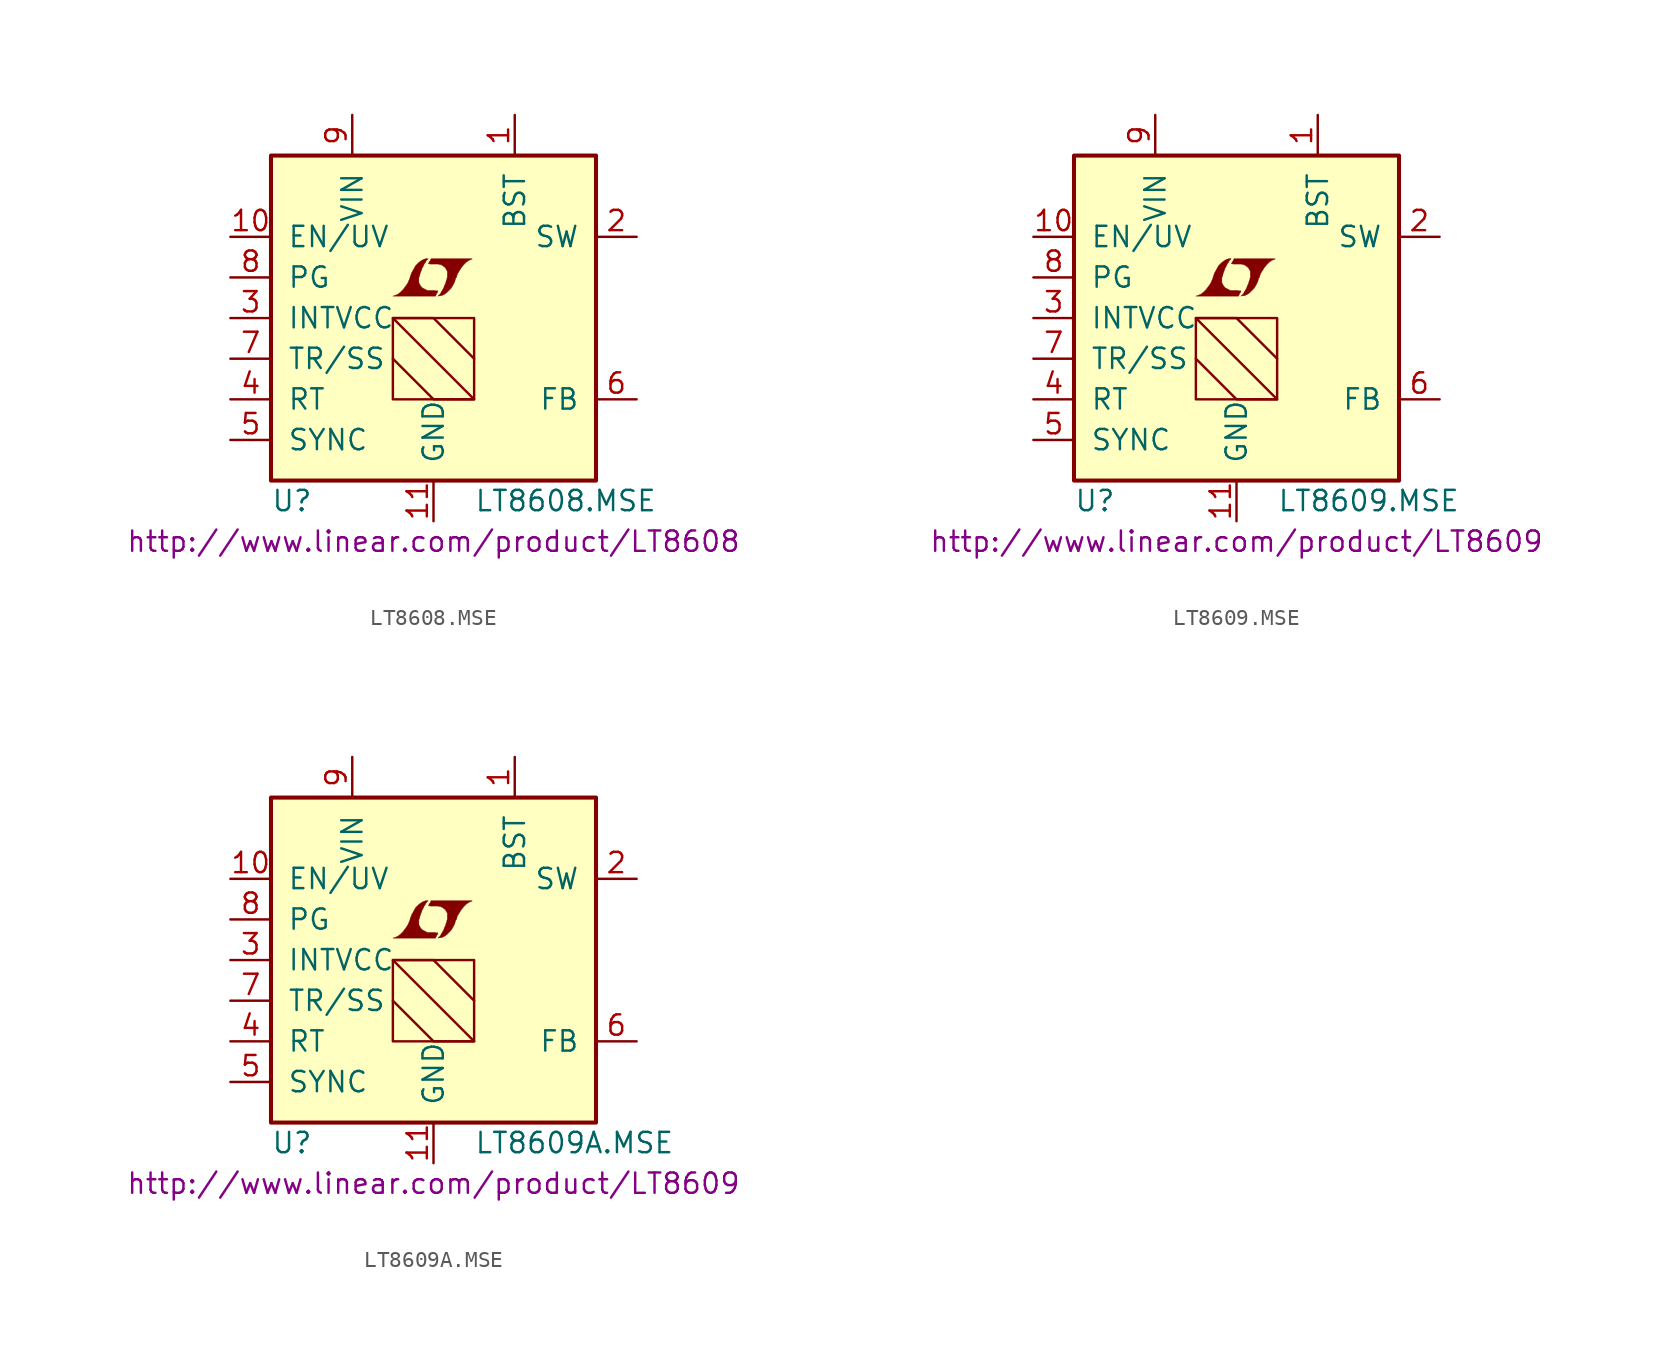
<source format=kicad_sym>
(kicad_symbol_lib
  (version 20201005)
  (generator kicad_symbol_editor)
  (symbol "LT8608.MSE"
    (pin_names
      (offset 1.016))
    (property "Reference" "U"
      (at -10.16 -11.43 0)
      (effects (font (size 1.27 1.27)) (justify left)))
    (property "Value" "LT8608.MSE"
      (at 2.54 -11.43 0)
      (effects (font (size 1.27 1.27)) (justify left)))
    (property "Datasheet" "http://www.linear.com/product/LT8608"
      (at 0 -13.97 0)
      (effects (font (size 1.27 1.27))))
    (symbol "LT8608.MSE_0_0"
      (polyline (pts (xy 0.203 1.549) (xy 0.229 1.575) (xy 0.279 1.676) (xy 0.279 1.702) (xy 0.152 1.702) (xy 0.051 1.727) (xy -0.406 1.727) (xy -0.432 1.753) (xy -0.686 1.88) (xy -0.787 1.981) (xy -0.864 2.108) (xy -0.914 2.21) (xy -0.914 2.515) (xy -0.864 2.667) (xy -0.838 2.769) (xy -0.813 2.845) (xy -0.762 2.972) (xy -0.711 3.124) (xy -0.635 3.251) (xy -0.584 3.378) (xy -0.508 3.48) (xy -0.457 3.581) (xy -0.33 3.708) (xy -0.508 3.708) (xy -0.635 3.658) (xy -0.737 3.607) (xy -0.813 3.556) (xy -0.94 3.454) (xy -1.118 3.277) (xy -1.372 2.819) (xy -1.473 2.54) (xy -1.473 2.489) (xy -1.524 2.388) (xy -1.575 2.261) (xy -1.626 2.159) (xy -1.753 1.981) (xy -1.905 1.778) (xy -2.057 1.626) (xy -2.21 1.499) (xy -2.388 1.422) (xy -2.54 1.372) (xy 0.127 1.372) (xy 0.203 1.549)) (stroke (width 0.025)) (fill (type outline)))
      (polyline (pts (xy 0.406 1.397) (xy 0.483 1.397) (xy 0.66 1.473) (xy 0.813 1.575) (xy 1.092 1.854) (xy 1.219 2.057) (xy 1.321 2.261) (xy 1.397 2.515) (xy 1.422 2.515) (xy 1.499 2.769) (xy 1.753 3.175) (xy 1.905 3.353) (xy 2.057 3.505) (xy 2.21 3.607) (xy 2.388 3.683) (xy 2.413 3.683) (xy 2.413 3.708) (xy -0.152 3.708) (xy -0.229 3.556) (xy -0.254 3.531) (xy -0.305 3.429) (xy -0.33 3.404) (xy -0.279 3.404) (xy -0.229 3.378) (xy 0.305 3.378) (xy 0.356 3.353) (xy 0.406 3.353) (xy 0.483 3.327) (xy 0.61 3.251) (xy 0.737 3.15) (xy 0.813 3.023) (xy 0.838 2.972) (xy 0.864 2.946) (xy 0.864 2.54) (xy 0.838 2.489) (xy 0.838 2.413) (xy 0.787 2.311) (xy 0.762 2.184) (xy 0.686 2.032) (xy 0.635 1.88) (xy 0.483 1.626) (xy 0.432 1.524) (xy 0.279 1.372) (xy 0.406 1.397)) (stroke (width 0.025)) (fill (type outline))))
    (symbol "LT8608.MSE_0_1"
      (rectangle (start -10.16 10.16) (end 10.16 -10.16) (stroke (width 0.254)) (fill (type background)))
      (rectangle (start -2.54 0) (end 2.54 -5.08) (stroke (width 0)) (fill (type none)))
      (polyline (pts (xy -2.54 -2.54) (xy 0 -5.08) (xy 2.54 -5.08) (xy -2.54 0) (xy 0 0) (xy 2.54 -2.54)) (stroke (width 0)) (fill (type none))))
    (symbol "LT8608.MSE_1_1"
      (pin passive line (at 5.08 12.7 270) (length 2.54) (name "BST" (effects (font (size 1.27 1.27)))) (number "1" (effects (font (size 1.27 1.27)))))
      (pin input line (at -12.7 5.08 0) (length 2.54) (name "EN/UV" (effects (font (size 1.27 1.27)))) (number "10" (effects (font (size 1.27 1.27)))))
      (pin power_in line (at 0 -12.7 90) (length 2.54) (name "GND" (effects (font (size 1.27 1.27)))) (number "11" (effects (font (size 1.27 1.27)))))
      (pin power_in line (at 12.7 5.08 180) (length 2.54) (name "SW" (effects (font (size 1.27 1.27)))) (number "2" (effects (font (size 1.27 1.27)))))
      (pin passive line (at -12.7 0 0) (length 2.54) (name "INTVCC" (effects (font (size 1.27 1.27)))) (number "3" (effects (font (size 1.27 1.27)))))
      (pin passive line (at -12.7 -5.08 0) (length 2.54) (name "RT" (effects (font (size 1.27 1.27)))) (number "4" (effects (font (size 1.27 1.27)))))
      (pin input line (at -12.7 -7.62 0) (length 2.54) (name "SYNC" (effects (font (size 1.27 1.27)))) (number "5" (effects (font (size 1.27 1.27)))))
      (pin input line (at 12.7 -5.08 180) (length 2.54) (name "FB" (effects (font (size 1.27 1.27)))) (number "6" (effects (font (size 1.27 1.27)))))
      (pin passive line (at -12.7 -2.54 0) (length 2.54) (name "TR/SS" (effects (font (size 1.27 1.27)))) (number "7" (effects (font (size 1.27 1.27)))))
      (pin open_collector line (at -12.7 2.54 0) (length 2.54) (name "PG" (effects (font (size 1.27 1.27)))) (number "8" (effects (font (size 1.27 1.27)))))
      (pin power_in line (at -5.08 12.7 270) (length 2.54) (name "VIN" (effects (font (size 1.27 1.27)))) (number "9" (effects (font (size 1.27 1.27)))))))
  (symbol "LT8609.MSE"
    (pin_names
      (offset 1.016))
    (property "Reference" "U"
      (at -10.16 -11.43 0)
      (effects (font (size 1.27 1.27)) (justify left)))
    (property "Value" "LT8609.MSE"
      (at 2.54 -11.43 0)
      (effects (font (size 1.27 1.27)) (justify left)))
    (property "Datasheet" "http://www.linear.com/product/LT8609"
      (at 0 -13.97 0)
      (effects (font (size 1.27 1.27))))
    (symbol "LT8609.MSE_0_0"
      (polyline (pts (xy 0.203 1.549) (xy 0.229 1.575) (xy 0.279 1.676) (xy 0.279 1.702) (xy 0.152 1.702) (xy 0.051 1.727) (xy -0.406 1.727) (xy -0.432 1.753) (xy -0.686 1.88) (xy -0.787 1.981) (xy -0.864 2.108) (xy -0.914 2.21) (xy -0.914 2.515) (xy -0.864 2.667) (xy -0.838 2.769) (xy -0.813 2.845) (xy -0.762 2.972) (xy -0.711 3.124) (xy -0.635 3.251) (xy -0.584 3.378) (xy -0.508 3.48) (xy -0.457 3.581) (xy -0.33 3.708) (xy -0.508 3.708) (xy -0.635 3.658) (xy -0.737 3.607) (xy -0.813 3.556) (xy -0.94 3.454) (xy -1.118 3.277) (xy -1.372 2.819) (xy -1.473 2.54) (xy -1.473 2.489) (xy -1.524 2.388) (xy -1.575 2.261) (xy -1.626 2.159) (xy -1.753 1.981) (xy -1.905 1.778) (xy -2.057 1.626) (xy -2.21 1.499) (xy -2.388 1.422) (xy -2.54 1.372) (xy 0.127 1.372) (xy 0.203 1.549)) (stroke (width 0.025)) (fill (type outline)))
      (polyline (pts (xy 0.406 1.397) (xy 0.483 1.397) (xy 0.66 1.473) (xy 0.813 1.575) (xy 1.092 1.854) (xy 1.219 2.057) (xy 1.321 2.261) (xy 1.397 2.515) (xy 1.422 2.515) (xy 1.499 2.769) (xy 1.753 3.175) (xy 1.905 3.353) (xy 2.057 3.505) (xy 2.21 3.607) (xy 2.388 3.683) (xy 2.413 3.683) (xy 2.413 3.708) (xy -0.152 3.708) (xy -0.229 3.556) (xy -0.254 3.531) (xy -0.305 3.429) (xy -0.33 3.404) (xy -0.279 3.404) (xy -0.229 3.378) (xy 0.305 3.378) (xy 0.356 3.353) (xy 0.406 3.353) (xy 0.483 3.327) (xy 0.61 3.251) (xy 0.737 3.15) (xy 0.813 3.023) (xy 0.838 2.972) (xy 0.864 2.946) (xy 0.864 2.54) (xy 0.838 2.489) (xy 0.838 2.413) (xy 0.787 2.311) (xy 0.762 2.184) (xy 0.686 2.032) (xy 0.635 1.88) (xy 0.483 1.626) (xy 0.432 1.524) (xy 0.279 1.372) (xy 0.406 1.397)) (stroke (width 0.025)) (fill (type outline))))
    (symbol "LT8609.MSE_0_1"
      (rectangle (start -10.16 10.16) (end 10.16 -10.16) (stroke (width 0.254)) (fill (type background)))
      (rectangle (start -2.54 0) (end 2.54 -5.08) (stroke (width 0)) (fill (type none)))
      (polyline (pts (xy -2.54 -2.54) (xy 0 -5.08) (xy 2.54 -5.08) (xy -2.54 0) (xy 0 0) (xy 2.54 -2.54)) (stroke (width 0)) (fill (type none))))
    (symbol "LT8609.MSE_1_1"
      (pin passive line (at 5.08 12.7 270) (length 2.54) (name "BST" (effects (font (size 1.27 1.27)))) (number "1" (effects (font (size 1.27 1.27)))))
      (pin input line (at -12.7 5.08 0) (length 2.54) (name "EN/UV" (effects (font (size 1.27 1.27)))) (number "10" (effects (font (size 1.27 1.27)))))
      (pin power_in line (at 0 -12.7 90) (length 2.54) (name "GND" (effects (font (size 1.27 1.27)))) (number "11" (effects (font (size 1.27 1.27)))))
      (pin power_out line (at 12.7 5.08 180) (length 2.54) (name "SW" (effects (font (size 1.27 1.27)))) (number "2" (effects (font (size 1.27 1.27)))))
      (pin passive line (at -12.7 0 0) (length 2.54) (name "INTVCC" (effects (font (size 1.27 1.27)))) (number "3" (effects (font (size 1.27 1.27)))))
      (pin passive line (at -12.7 -5.08 0) (length 2.54) (name "RT" (effects (font (size 1.27 1.27)))) (number "4" (effects (font (size 1.27 1.27)))))
      (pin input line (at -12.7 -7.62 0) (length 2.54) (name "SYNC" (effects (font (size 1.27 1.27)))) (number "5" (effects (font (size 1.27 1.27)))))
      (pin input line (at 12.7 -5.08 180) (length 2.54) (name "FB" (effects (font (size 1.27 1.27)))) (number "6" (effects (font (size 1.27 1.27)))))
      (pin passive line (at -12.7 -2.54 0) (length 2.54) (name "TR/SS" (effects (font (size 1.27 1.27)))) (number "7" (effects (font (size 1.27 1.27)))))
      (pin open_collector line (at -12.7 2.54 0) (length 2.54) (name "PG" (effects (font (size 1.27 1.27)))) (number "8" (effects (font (size 1.27 1.27)))))
      (pin power_in line (at -5.08 12.7 270) (length 2.54) (name "VIN" (effects (font (size 1.27 1.27)))) (number "9" (effects (font (size 1.27 1.27)))))))
  (symbol "LT8609A.MSE"
    (pin_names
      (offset 1.016))
    (property "Reference" "U"
      (at -10.16 -11.43 0)
      (effects (font (size 1.27 1.27)) (justify left)))
    (property "Value" "LT8609A.MSE"
      (at 2.54 -11.43 0)
      (effects (font (size 1.27 1.27)) (justify left)))
    (property "Datasheet" "http://www.linear.com/product/LT8609"
      (at 0 -13.97 0)
      (effects (font (size 1.27 1.27))))
    (symbol "LT8609A.MSE_0_0"
      (polyline (pts (xy 0.203 1.549) (xy 0.229 1.575) (xy 0.279 1.676) (xy 0.279 1.702) (xy 0.152 1.702) (xy 0.051 1.727) (xy -0.406 1.727) (xy -0.432 1.753) (xy -0.686 1.88) (xy -0.787 1.981) (xy -0.864 2.108) (xy -0.914 2.21) (xy -0.914 2.515) (xy -0.864 2.667) (xy -0.838 2.769) (xy -0.813 2.845) (xy -0.762 2.972) (xy -0.711 3.124) (xy -0.635 3.251) (xy -0.584 3.378) (xy -0.508 3.48) (xy -0.457 3.581) (xy -0.33 3.708) (xy -0.508 3.708) (xy -0.635 3.658) (xy -0.737 3.607) (xy -0.813 3.556) (xy -0.94 3.454) (xy -1.118 3.277) (xy -1.372 2.819) (xy -1.473 2.54) (xy -1.473 2.489) (xy -1.524 2.388) (xy -1.575 2.261) (xy -1.626 2.159) (xy -1.753 1.981) (xy -1.905 1.778) (xy -2.057 1.626) (xy -2.21 1.499) (xy -2.388 1.422) (xy -2.54 1.372) (xy 0.127 1.372) (xy 0.203 1.549)) (stroke (width 0.025)) (fill (type outline)))
      (polyline (pts (xy 0.406 1.397) (xy 0.483 1.397) (xy 0.66 1.473) (xy 0.813 1.575) (xy 1.092 1.854) (xy 1.219 2.057) (xy 1.321 2.261) (xy 1.397 2.515) (xy 1.422 2.515) (xy 1.499 2.769) (xy 1.753 3.175) (xy 1.905 3.353) (xy 2.057 3.505) (xy 2.21 3.607) (xy 2.388 3.683) (xy 2.413 3.683) (xy 2.413 3.708) (xy -0.152 3.708) (xy -0.229 3.556) (xy -0.254 3.531) (xy -0.305 3.429) (xy -0.33 3.404) (xy -0.279 3.404) (xy -0.229 3.378) (xy 0.305 3.378) (xy 0.356 3.353) (xy 0.406 3.353) (xy 0.483 3.327) (xy 0.61 3.251) (xy 0.737 3.15) (xy 0.813 3.023) (xy 0.838 2.972) (xy 0.864 2.946) (xy 0.864 2.54) (xy 0.838 2.489) (xy 0.838 2.413) (xy 0.787 2.311) (xy 0.762 2.184) (xy 0.686 2.032) (xy 0.635 1.88) (xy 0.483 1.626) (xy 0.432 1.524) (xy 0.279 1.372) (xy 0.406 1.397)) (stroke (width 0.025)) (fill (type outline))))
    (symbol "LT8609A.MSE_0_1"
      (rectangle (start -10.16 10.16) (end 10.16 -10.16) (stroke (width 0.254)) (fill (type background)))
      (rectangle (start -2.54 0) (end 2.54 -5.08) (stroke (width 0)) (fill (type none)))
      (polyline (pts (xy -2.54 -2.54) (xy 0 -5.08) (xy 2.54 -5.08) (xy -2.54 0) (xy 0 0) (xy 2.54 -2.54)) (stroke (width 0)) (fill (type none))))
    (symbol "LT8609A.MSE_1_1"
      (pin passive line (at 5.08 12.7 270) (length 2.54) (name "BST" (effects (font (size 1.27 1.27)))) (number "1" (effects (font (size 1.27 1.27)))))
      (pin input line (at -12.7 5.08 0) (length 2.54) (name "EN/UV" (effects (font (size 1.27 1.27)))) (number "10" (effects (font (size 1.27 1.27)))))
      (pin power_in line (at 0 -12.7 90) (length 2.54) (name "GND" (effects (font (size 1.27 1.27)))) (number "11" (effects (font (size 1.27 1.27)))))
      (pin power_out line (at 12.7 5.08 180) (length 2.54) (name "SW" (effects (font (size 1.27 1.27)))) (number "2" (effects (font (size 1.27 1.27)))))
      (pin passive line (at -12.7 0 0) (length 2.54) (name "INTVCC" (effects (font (size 1.27 1.27)))) (number "3" (effects (font (size 1.27 1.27)))))
      (pin passive line (at -12.7 -5.08 0) (length 2.54) (name "RT" (effects (font (size 1.27 1.27)))) (number "4" (effects (font (size 1.27 1.27)))))
      (pin input line (at -12.7 -7.62 0) (length 2.54) (name "SYNC" (effects (font (size 1.27 1.27)))) (number "5" (effects (font (size 1.27 1.27)))))
      (pin input line (at 12.7 -5.08 180) (length 2.54) (name "FB" (effects (font (size 1.27 1.27)))) (number "6" (effects (font (size 1.27 1.27)))))
      (pin passive line (at -12.7 -2.54 0) (length 2.54) (name "TR/SS" (effects (font (size 1.27 1.27)))) (number "7" (effects (font (size 1.27 1.27)))))
      (pin open_collector line (at -12.7 2.54 0) (length 2.54) (name "PG" (effects (font (size 1.27 1.27)))) (number "8" (effects (font (size 1.27 1.27)))))
      (pin power_in line (at -5.08 12.7 270) (length 2.54) (name "VIN" (effects (font (size 1.27 1.27)))) (number "9" (effects (font (size 1.27 1.27))))))))
</source>
